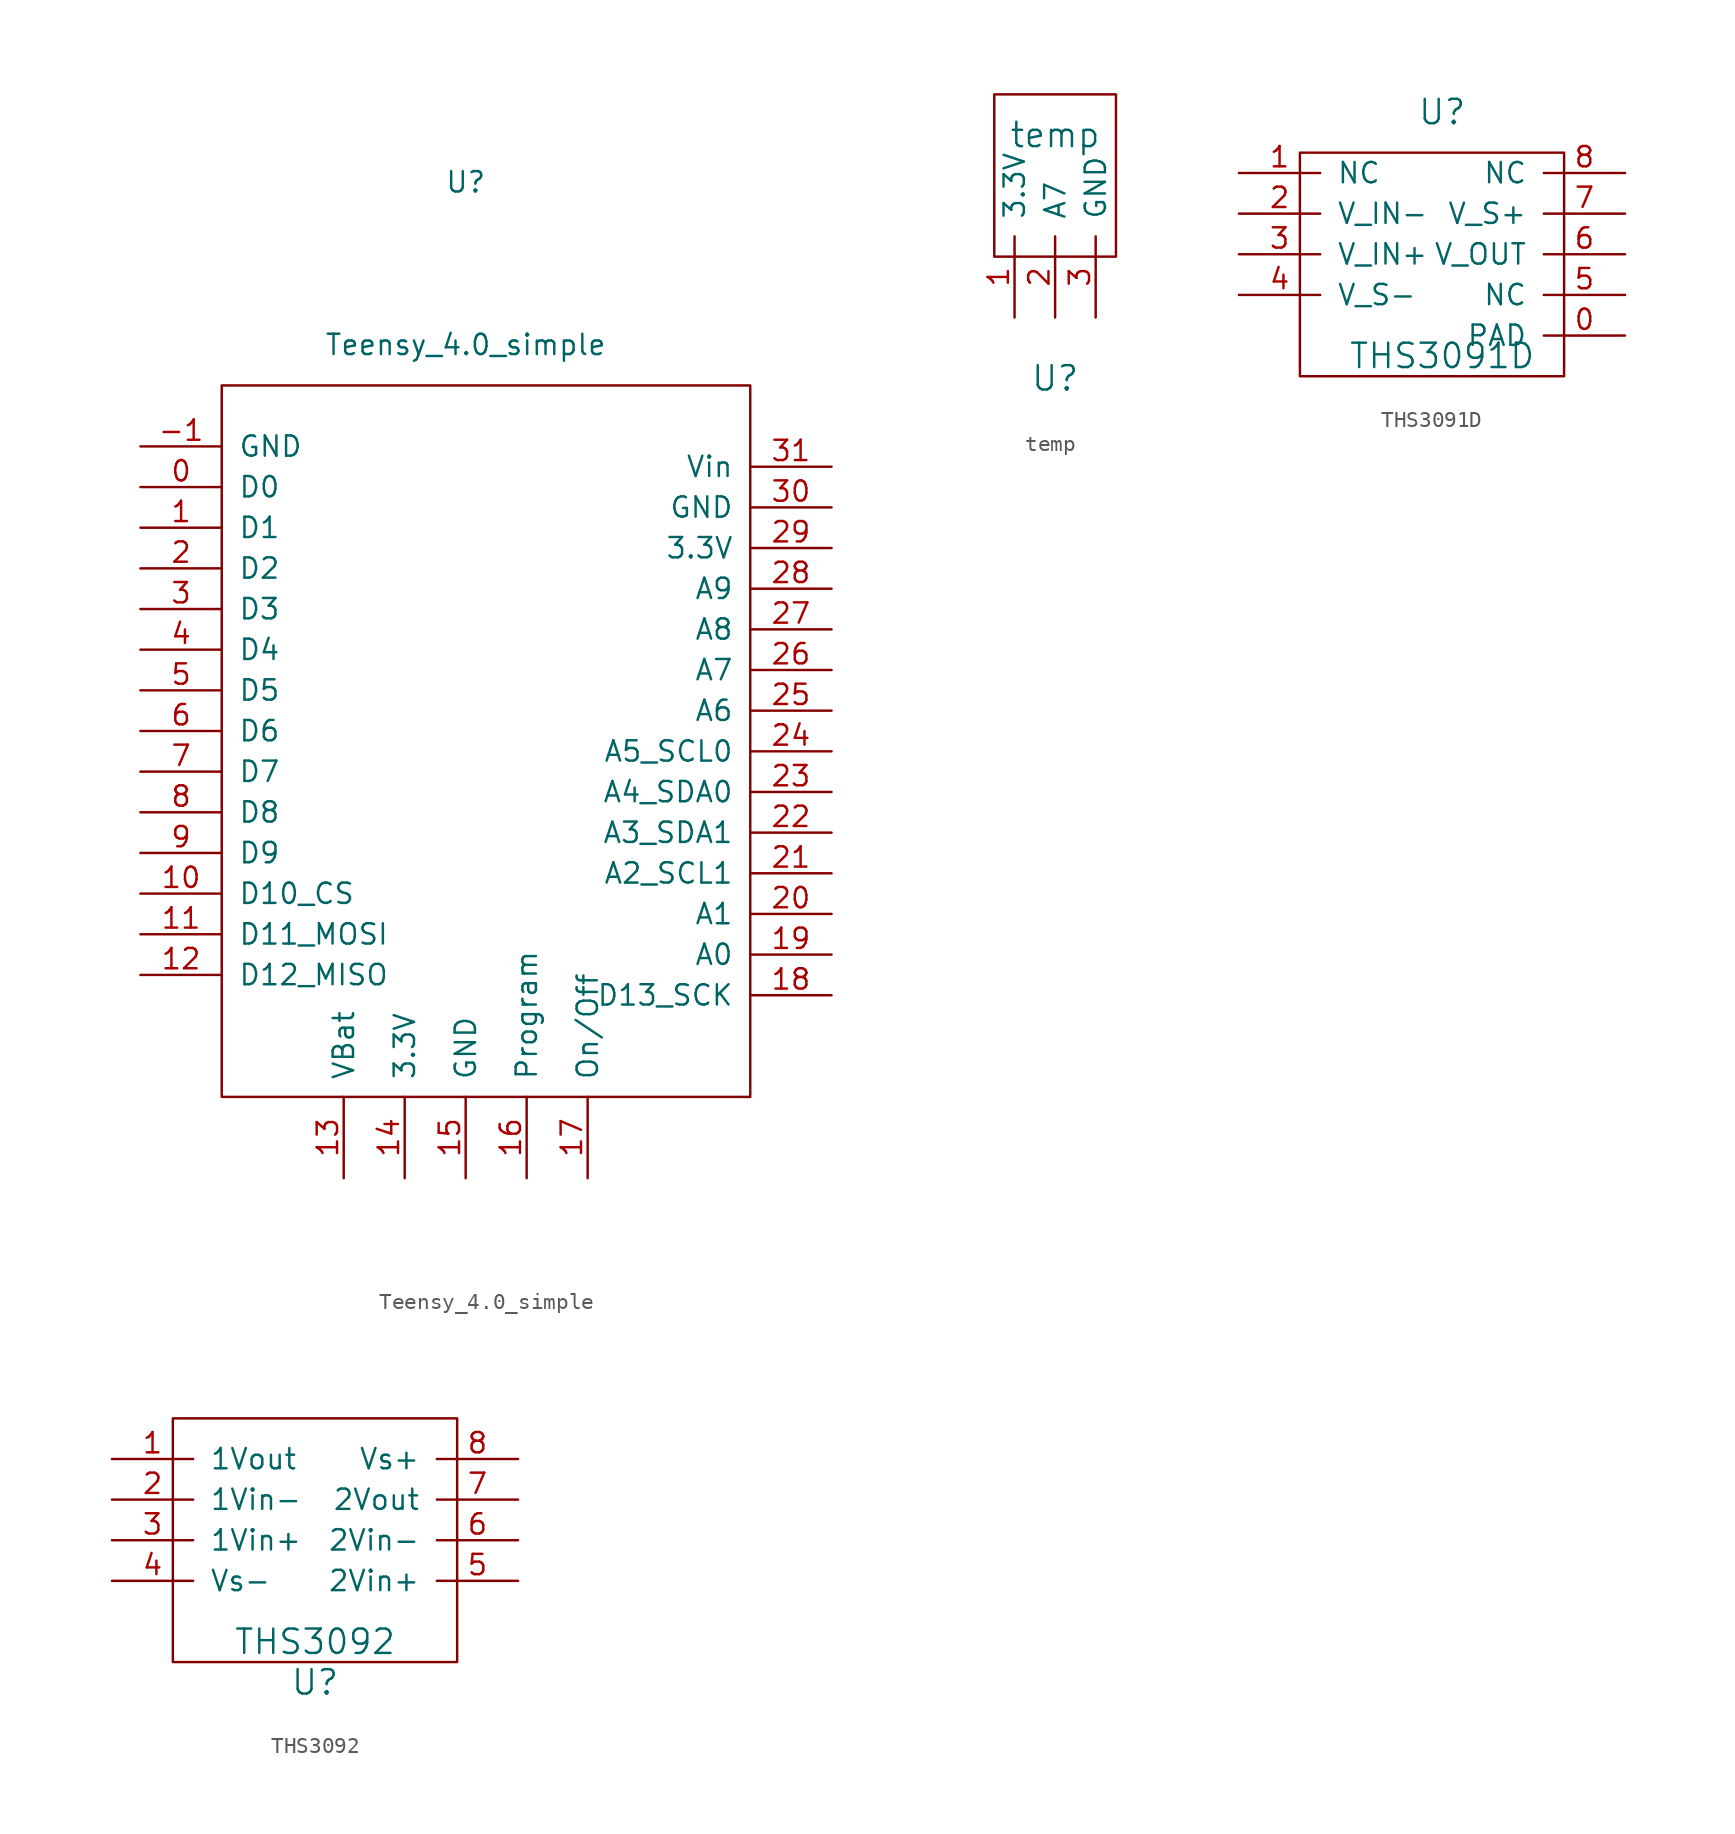
<source format=kicad_sym>
(kicad_symbol_lib
  (version 20220914)
  (generator kicad_symbol_editor)
  (symbol "Teensy_4.0_simple"
    (pin_names
      (offset 1.016))
    (property "Reference" "U"
      (at 0 35.56 0)
      (effects (font (size 1.27 1.27))))
    (property "Value" "Teensy_4.0_simple"
      (at 0 25.4 0)
      (effects (font (size 1.27 1.27))))
    (symbol "Teensy_4.0_simple_0_1"
      (rectangle (start -15.24 22.86) (end 17.78 -21.59) (stroke (width 0) (type solid)) (fill (type none))))
    (symbol "Teensy_4.0_simple_1_1"
      (pin input line (at -20.32 19.05 0) (length 5.08) (name "GND" (effects (font (size 1.27 1.27)))) (number "-1" (effects (font (size 1.27 1.27)))))
      (pin input line (at -20.32 16.51 0) (length 5.08) (name "D0" (effects (font (size 1.27 1.27)))) (number "0" (effects (font (size 1.27 1.27)))))
      (pin input line (at -20.32 13.97 0) (length 5.08) (name "D1" (effects (font (size 1.27 1.27)))) (number "1" (effects (font (size 1.27 1.27)))))
      (pin input line (at -20.32 -8.89 0) (length 5.08) (name "D10_CS" (effects (font (size 1.27 1.27)))) (number "10" (effects (font (size 1.27 1.27)))))
      (pin input line (at -20.32 -11.43 0) (length 5.08) (name "D11_MOSI" (effects (font (size 1.27 1.27)))) (number "11" (effects (font (size 1.27 1.27)))))
      (pin input line (at -20.32 -13.97 0) (length 5.08) (name "D12_MISO" (effects (font (size 1.27 1.27)))) (number "12" (effects (font (size 1.27 1.27)))))
      (pin input line (at -7.62 -26.67 90) (length 5.08) (name "VBat" (effects (font (size 1.27 1.27)))) (number "13" (effects (font (size 1.27 1.27)))))
      (pin input line (at -3.81 -26.67 90) (length 5.08) (name "3.3V" (effects (font (size 1.27 1.27)))) (number "14" (effects (font (size 1.27 1.27)))))
      (pin input line (at 0 -26.67 90) (length 5.08) (name "GND" (effects (font (size 1.27 1.27)))) (number "15" (effects (font (size 1.27 1.27)))))
      (pin input line (at 3.81 -26.67 90) (length 5.08) (name "Program" (effects (font (size 1.27 1.27)))) (number "16" (effects (font (size 1.27 1.27)))))
      (pin input line (at 7.62 -26.67 90) (length 5.08) (name "On/Off" (effects (font (size 1.27 1.27)))) (number "17" (effects (font (size 1.27 1.27)))))
      (pin input line (at 22.86 -15.24 180) (length 5.08) (name "D13_SCK" (effects (font (size 1.27 1.27)))) (number "18" (effects (font (size 1.27 1.27)))))
      (pin input line (at 22.86 -12.7 180) (length 5.08) (name "A0" (effects (font (size 1.27 1.27)))) (number "19" (effects (font (size 1.27 1.27)))))
      (pin input line (at -20.32 11.43 0) (length 5.08) (name "D2" (effects (font (size 1.27 1.27)))) (number "2" (effects (font (size 1.27 1.27)))))
      (pin input line (at 22.86 -10.16 180) (length 5.08) (name "A1" (effects (font (size 1.27 1.27)))) (number "20" (effects (font (size 1.27 1.27)))))
      (pin input line (at 22.86 -7.62 180) (length 5.08) (name "A2_SCL1" (effects (font (size 1.27 1.27)))) (number "21" (effects (font (size 1.27 1.27)))))
      (pin input line (at 22.86 -5.08 180) (length 5.08) (name "A3_SDA1" (effects (font (size 1.27 1.27)))) (number "22" (effects (font (size 1.27 1.27)))))
      (pin input line (at 22.86 -2.54 180) (length 5.08) (name "A4_SDA0" (effects (font (size 1.27 1.27)))) (number "23" (effects (font (size 1.27 1.27)))))
      (pin input line (at 22.86 0 180) (length 5.08) (name "A5_SCL0" (effects (font (size 1.27 1.27)))) (number "24" (effects (font (size 1.27 1.27)))))
      (pin input line (at 22.86 2.54 180) (length 5.08) (name "A6" (effects (font (size 1.27 1.27)))) (number "25" (effects (font (size 1.27 1.27)))))
      (pin input line (at 22.86 5.08 180) (length 5.08) (name "A7" (effects (font (size 1.27 1.27)))) (number "26" (effects (font (size 1.27 1.27)))))
      (pin input line (at 22.86 7.62 180) (length 5.08) (name "A8" (effects (font (size 1.27 1.27)))) (number "27" (effects (font (size 1.27 1.27)))))
      (pin input line (at 22.86 10.16 180) (length 5.08) (name "A9" (effects (font (size 1.27 1.27)))) (number "28" (effects (font (size 1.27 1.27)))))
      (pin input line (at 22.86 12.7 180) (length 5.08) (name "3.3V" (effects (font (size 1.27 1.27)))) (number "29" (effects (font (size 1.27 1.27)))))
      (pin input line (at -20.32 8.89 0) (length 5.08) (name "D3" (effects (font (size 1.27 1.27)))) (number "3" (effects (font (size 1.27 1.27)))))
      (pin input line (at 22.86 15.24 180) (length 5.08) (name "GND" (effects (font (size 1.27 1.27)))) (number "30" (effects (font (size 1.27 1.27)))))
      (pin input line (at 22.86 17.78 180) (length 5.08) (name "Vin" (effects (font (size 1.27 1.27)))) (number "31" (effects (font (size 1.27 1.27)))))
      (pin input line (at -20.32 6.35 0) (length 5.08) (name "D4" (effects (font (size 1.27 1.27)))) (number "4" (effects (font (size 1.27 1.27)))))
      (pin input line (at -20.32 3.81 0) (length 5.08) (name "D5" (effects (font (size 1.27 1.27)))) (number "5" (effects (font (size 1.27 1.27)))))
      (pin input line (at -20.32 1.27 0) (length 5.08) (name "D6" (effects (font (size 1.27 1.27)))) (number "6" (effects (font (size 1.27 1.27)))))
      (pin input line (at -20.32 -1.27 0) (length 5.08) (name "D7" (effects (font (size 1.27 1.27)))) (number "7" (effects (font (size 1.27 1.27)))))
      (pin input line (at -20.32 -3.81 0) (length 5.08) (name "D8" (effects (font (size 1.27 1.27)))) (number "8" (effects (font (size 1.27 1.27)))))
      (pin input line (at -20.32 -6.35 0) (length 5.08) (name "D9" (effects (font (size 1.27 1.27)))) (number "9" (effects (font (size 1.27 1.27)))))))
  (symbol "temp"
    (pin_names
      (offset 1.016))
    (property "Reference" "U"
      (at 0 -6.35 0)
      (effects (font (size 1.524 1.524))))
    (property "Value" "temp"
      (at 0 8.89 0)
      (effects (font (size 1.524 1.524))))
    (property "Footprint" ""
      (at 0 0 0)
      (effects (font (size 1.524 1.524))))
    (property "Datasheet" ""
      (at 0 0 0)
      (effects (font (size 1.524 1.524))))
    (symbol "temp_0_1"
      (rectangle (start 3.81 1.27) (end -3.81 11.43) (stroke (width 0) (type solid)) (fill (type none))))
    (symbol "temp_1_1"
      (pin input line (at -2.54 -2.54 90) (length 5.08) (name "3.3V" (effects (font (size 1.27 1.27)))) (number "1" (effects (font (size 1.27 1.27)))))
      (pin input line (at 0 -2.54 90) (length 5.08) (name "A7" (effects (font (size 1.27 1.27)))) (number "2" (effects (font (size 1.27 1.27)))))
      (pin input line (at 2.54 -2.54 90) (length 5.08) (name "GND" (effects (font (size 1.27 1.27)))) (number "3" (effects (font (size 1.27 1.27)))))))
  (symbol "THS3091D"
    (pin_names
      (offset 1.016))
    (property "Reference" "U"
      (at 0 7.62 0)
      (effects (font (size 1.524 1.524))))
    (property "Value" "THS3091D"
      (at 0 -7.62 0)
      (effects (font (size 1.524 1.524))))
    (property "Footprint" ""
      (at 0 0 0)
      (effects (font (size 1.524 1.524))))
    (property "Datasheet" ""
      (at 0 0 0)
      (effects (font (size 1.524 1.524))))
    (symbol "THS3091D_0_1"
      (rectangle (start -8.89 5.08) (end 7.62 -8.89) (stroke (width 0) (type solid)) (fill (type none))))
    (symbol "THS3091D_1_1"
      (pin input line (at 11.43 -6.35 180) (length 5.08) (name "PAD" (effects (font (size 1.27 1.27)))) (number "0" (effects (font (size 1.27 1.27)))))
      (pin input line (at -12.7 3.81 0) (length 5.08) (name "NC" (effects (font (size 1.27 1.27)))) (number "1" (effects (font (size 1.27 1.27)))))
      (pin input line (at -12.7 1.27 0) (length 5.08) (name "V_IN-" (effects (font (size 1.27 1.27)))) (number "2" (effects (font (size 1.27 1.27)))))
      (pin input line (at -12.7 -1.27 0) (length 5.08) (name "V_IN+" (effects (font (size 1.27 1.27)))) (number "3" (effects (font (size 1.27 1.27)))))
      (pin input line (at -12.7 -3.81 0) (length 5.08) (name "V_S-" (effects (font (size 1.27 1.27)))) (number "4" (effects (font (size 1.27 1.27)))))
      (pin input line (at 11.43 -3.81 180) (length 5.08) (name "NC" (effects (font (size 1.27 1.27)))) (number "5" (effects (font (size 1.27 1.27)))))
      (pin input line (at 11.43 -1.27 180) (length 5.08) (name "V_OUT" (effects (font (size 1.27 1.27)))) (number "6" (effects (font (size 1.27 1.27)))))
      (pin input line (at 11.43 1.27 180) (length 5.08) (name "V_S+" (effects (font (size 1.27 1.27)))) (number "7" (effects (font (size 1.27 1.27)))))
      (pin input line (at 11.43 3.81 180) (length 5.08) (name "NC" (effects (font (size 1.27 1.27)))) (number "8" (effects (font (size 1.27 1.27)))))))
  (symbol "THS3092"
    (pin_names
      (offset 1.016))
    (property "Reference" "U"
      (at 0 -10.16 0)
      (effects (font (size 1.524 1.524))))
    (property "Value" "THS3092"
      (at 0 -7.62 0)
      (effects (font (size 1.524 1.524))))
    (property "Footprint" ""
      (at 0 -2.54 0)
      (effects (font (size 1.524 1.524))))
    (property "Datasheet" ""
      (at 0 -2.54 0)
      (effects (font (size 1.524 1.524))))
    (symbol "THS3092_0_1"
      (rectangle (start -8.89 6.35) (end 8.89 -8.89) (stroke (width 0) (type solid)) (fill (type none))))
    (symbol "THS3092_1_1"
      (pin input line (at -12.7 3.81 0) (length 5.08) (name "1Vout" (effects (font (size 1.27 1.27)))) (number "1" (effects (font (size 1.27 1.27)))))
      (pin input line (at -12.7 1.27 0) (length 5.08) (name "1Vin-" (effects (font (size 1.27 1.27)))) (number "2" (effects (font (size 1.27 1.27)))))
      (pin input line (at -12.7 -1.27 0) (length 5.08) (name "1Vin+" (effects (font (size 1.27 1.27)))) (number "3" (effects (font (size 1.27 1.27)))))
      (pin input line (at -12.7 -3.81 0) (length 5.08) (name "Vs-" (effects (font (size 1.27 1.27)))) (number "4" (effects (font (size 1.27 1.27)))))
      (pin input line (at 12.7 -3.81 180) (length 5.08) (name "2Vin+" (effects (font (size 1.27 1.27)))) (number "5" (effects (font (size 1.27 1.27)))))
      (pin input line (at 12.7 -1.27 180) (length 5.08) (name "2Vin-" (effects (font (size 1.27 1.27)))) (number "6" (effects (font (size 1.27 1.27)))))
      (pin input line (at 12.7 1.27 180) (length 5.08) (name "2Vout" (effects (font (size 1.27 1.27)))) (number "7" (effects (font (size 1.27 1.27)))))
      (pin input line (at 12.7 3.81 180) (length 5.08) (name "Vs+" (effects (font (size 1.27 1.27)))) (number "8" (effects (font (size 1.27 1.27))))))))
</source>
